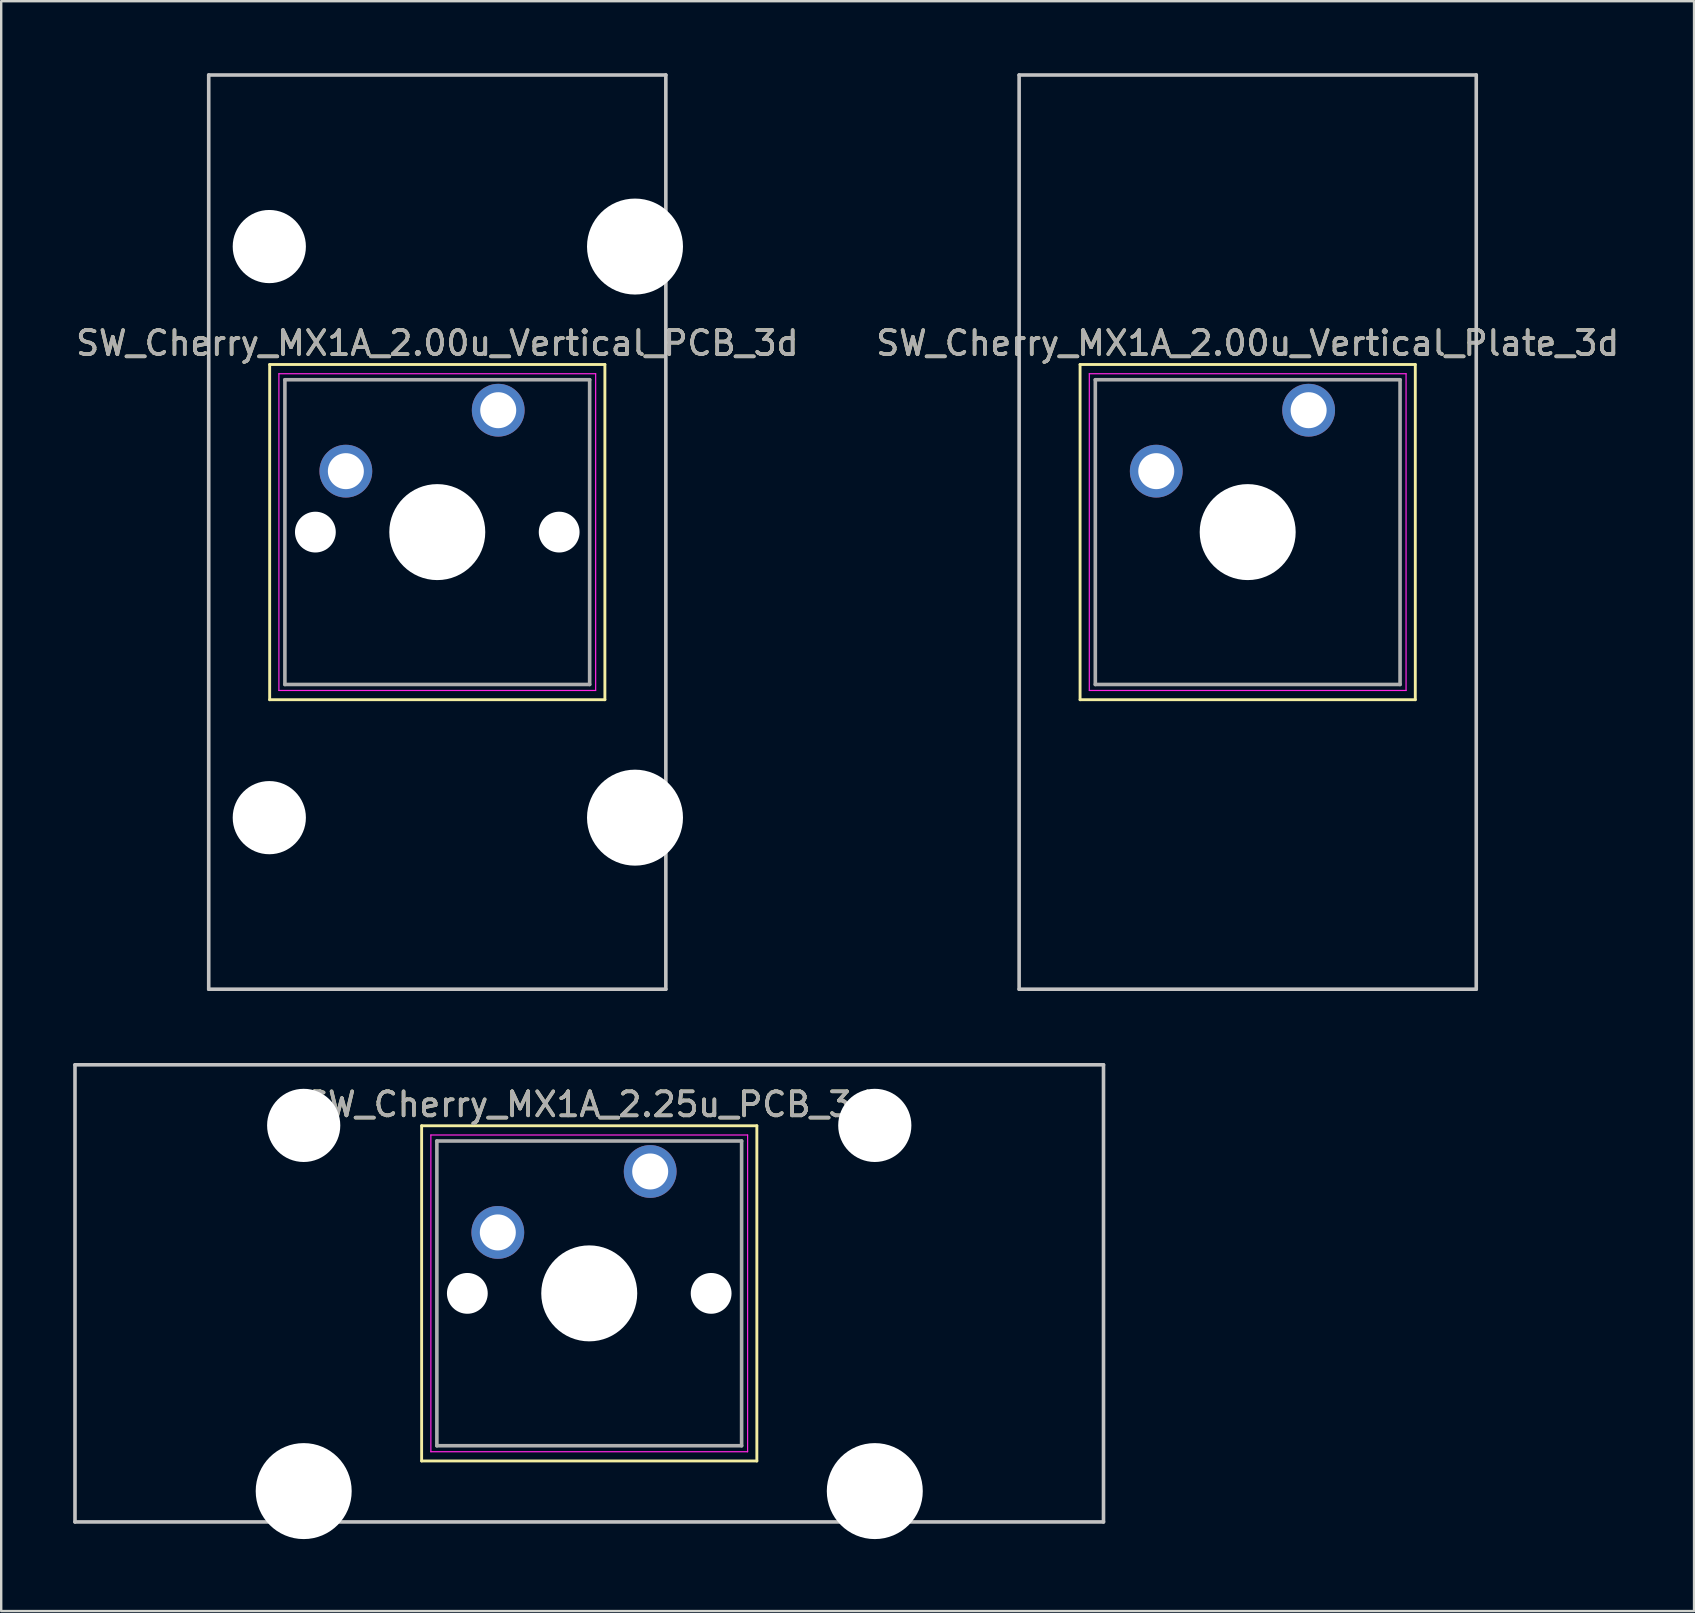
<source format=kicad_pcb>
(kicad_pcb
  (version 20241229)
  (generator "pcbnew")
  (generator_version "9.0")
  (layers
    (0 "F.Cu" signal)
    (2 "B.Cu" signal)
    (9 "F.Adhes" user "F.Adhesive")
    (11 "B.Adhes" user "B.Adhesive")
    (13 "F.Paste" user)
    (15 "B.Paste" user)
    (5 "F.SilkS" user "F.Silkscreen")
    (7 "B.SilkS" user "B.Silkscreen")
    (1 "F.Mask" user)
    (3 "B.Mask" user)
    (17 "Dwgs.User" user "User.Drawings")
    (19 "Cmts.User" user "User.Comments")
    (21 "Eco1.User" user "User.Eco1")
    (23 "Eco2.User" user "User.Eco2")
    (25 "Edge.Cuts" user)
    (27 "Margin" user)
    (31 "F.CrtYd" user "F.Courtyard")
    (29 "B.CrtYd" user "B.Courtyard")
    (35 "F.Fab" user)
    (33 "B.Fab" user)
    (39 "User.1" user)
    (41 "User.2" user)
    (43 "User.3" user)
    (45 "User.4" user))
  (footprint "SW_Cherry_MX1A_2.00u_Vertical_PCB_3d"
    (layer "F.Cu")
    (at 17.713 14.045)
    (property "Reference" "SW_Cherry_MX1A_2.00u_Vertical_PCB_3d" (at -2.54 -2.794 0) (layer "F.SilkS") (effects (font (size 1 1) (thickness 0.15))))
    (attr through_hole)
    (fp_line (start -9.525 -1.905) (end 4.445 -1.905) (stroke (width 0.12) (type solid)) (layer "F.SilkS"))
    (fp_line (start -9.525 12.065) (end -9.525 -1.905) (stroke (width 0.12) (type solid)) (layer "F.SilkS"))
    (fp_line (start 4.445 -1.905) (end 4.445 12.065) (stroke (width 0.12) (type solid)) (layer "F.SilkS"))
    (fp_line (start 4.445 12.065) (end -9.525 12.065) (stroke (width 0.12) (type solid)) (layer "F.SilkS"))
    (fp_line (start -12.065 -13.97) (end 6.985 -13.97) (stroke (width 0.15) (type solid)) (layer "Dwgs.User"))
    (fp_line (start -12.065 24.13) (end -12.065 -13.97) (stroke (width 0.15) (type solid)) (layer "Dwgs.User"))
    (fp_line (start 6.985 -13.97) (end 6.985 24.13) (stroke (width 0.15) (type solid)) (layer "Dwgs.User"))
    (fp_line (start 6.985 24.13) (end -12.065 24.13) (stroke (width 0.15) (type solid)) (layer "Dwgs.User"))
    (fp_line (start -9.14 -1.52) (end 4.06 -1.52) (stroke (width 0.05) (type solid)) (layer "F.CrtYd"))
    (fp_line (start -9.14 11.68) (end -9.14 -1.52) (stroke (width 0.05) (type solid)) (layer "F.CrtYd"))
    (fp_line (start 4.06 -1.52) (end 4.06 11.68) (stroke (width 0.05) (type solid)) (layer "F.CrtYd"))
    (fp_line (start 4.06 11.68) (end -9.14 11.68) (stroke (width 0.05) (type solid)) (layer "F.CrtYd"))
    (fp_line (start -8.89 -1.27) (end 3.81 -1.27) (stroke (width 0.15) (type solid)) (layer "F.Fab"))
    (fp_line (start -8.89 11.43) (end -8.89 -1.27) (stroke (width 0.15) (type solid)) (layer "F.Fab"))
    (fp_line (start 3.81 -1.27) (end 3.81 11.43) (stroke (width 0.15) (type solid)) (layer "F.Fab"))
    (fp_line (start 3.81 11.43) (end -8.89 11.43) (stroke (width 0.15) (type solid)) (layer "F.Fab"))
    (fp_text user "${REFERENCE}" (at -2.54 -2.794 0) (layer "F.Fab") (effects (font (size 1 1) (thickness 0.15))))
    (pad "" np_thru_hole circle (at -9.54 -6.82) (size 3.05 3.05) (drill 3.05) (layers "*.Cu" "*.Mask"))
    (pad "" np_thru_hole circle (at -9.54 16.98) (size 3.05 3.05) (drill 3.05) (layers "*.Cu" "*.Mask"))
    (pad "" np_thru_hole circle (at -7.62 5.08) (size 1.7 1.7) (drill 1.7) (layers "*.Cu" "*.Mask"))
    (pad "" np_thru_hole circle (at -2.54 5.08) (size 4 4) (drill 4) (layers "*.Cu" "*.Mask"))
    (pad "" np_thru_hole circle (at 2.54 5.08) (size 1.7 1.7) (drill 1.7) (layers "*.Cu" "*.Mask"))
    (pad "" np_thru_hole circle (at 5.7 -6.82) (size 4 4) (drill 4) (layers "*.Cu" "*.Mask"))
    (pad "" np_thru_hole circle (at 5.7 16.98) (size 4 4) (drill 4) (layers "*.Cu" "*.Mask"))
    (pad "1" thru_hole circle (at 0 0) (size 2.2 2.2) (drill 1.5) (layers "*.Cu" "*.Mask"))
    (pad "2" thru_hole circle (at -6.35 2.54) (size 2.2 2.2) (drill 1.5) (layers "*.Cu" "*.Mask")))
  (footprint "SW_Cherry_MX1A_2.25u_PCB_3d"
    (layer "F.Cu")
    (at 24.046 45.77)
    (property "Reference" "SW_Cherry_MX1A_2.25u_PCB_3d" (at -2.54 -2.794 0) (layer "F.SilkS") (effects (font (size 1 1) (thickness 0.15))))
    (attr through_hole)
    (fp_line (start -9.525 -1.905) (end 4.445 -1.905) (stroke (width 0.12) (type solid)) (layer "F.SilkS"))
    (fp_line (start -9.525 12.065) (end -9.525 -1.905) (stroke (width 0.12) (type solid)) (layer "F.SilkS"))
    (fp_line (start 4.445 -1.905) (end 4.445 12.065) (stroke (width 0.12) (type solid)) (layer "F.SilkS"))
    (fp_line (start 4.445 12.065) (end -9.525 12.065) (stroke (width 0.12) (type solid)) (layer "F.SilkS"))
    (fp_line (start -23.971 -4.445) (end 18.891 -4.445) (stroke (width 0.15) (type solid)) (layer "Dwgs.User"))
    (fp_line (start -23.971 14.605) (end -23.971 -4.445) (stroke (width 0.15) (type solid)) (layer "Dwgs.User"))
    (fp_line (start 18.891 -4.445) (end 18.891 14.605) (stroke (width 0.15) (type solid)) (layer "Dwgs.User"))
    (fp_line (start 18.891 14.605) (end -23.971 14.605) (stroke (width 0.15) (type solid)) (layer "Dwgs.User"))
    (fp_line (start -9.14 -1.52) (end 4.06 -1.52) (stroke (width 0.05) (type solid)) (layer "F.CrtYd"))
    (fp_line (start -9.14 11.68) (end -9.14 -1.52) (stroke (width 0.05) (type solid)) (layer "F.CrtYd"))
    (fp_line (start 4.06 -1.52) (end 4.06 11.68) (stroke (width 0.05) (type solid)) (layer "F.CrtYd"))
    (fp_line (start 4.06 11.68) (end -9.14 11.68) (stroke (width 0.05) (type solid)) (layer "F.CrtYd"))
    (fp_line (start -8.89 -1.27) (end 3.81 -1.27) (stroke (width 0.15) (type solid)) (layer "F.Fab"))
    (fp_line (start -8.89 11.43) (end -8.89 -1.27) (stroke (width 0.15) (type solid)) (layer "F.Fab"))
    (fp_line (start 3.81 -1.27) (end 3.81 11.43) (stroke (width 0.15) (type solid)) (layer "F.Fab"))
    (fp_line (start 3.81 11.43) (end -8.89 11.43) (stroke (width 0.15) (type solid)) (layer "F.Fab"))
    (fp_text user "${REFERENCE}" (at -2.54 -2.794 0) (layer "F.Fab") (effects (font (size 1 1) (thickness 0.15))))
    (pad "" np_thru_hole circle (at -14.44 -1.92) (size 3.05 3.05) (drill 3.05) (layers "*.Cu" "*.Mask"))
    (pad "" np_thru_hole circle (at -14.44 13.32) (size 4 4) (drill 4) (layers "*.Cu" "*.Mask"))
    (pad "" np_thru_hole circle (at -7.62 5.08) (size 1.7 1.7) (drill 1.7) (layers "*.Cu" "*.Mask"))
    (pad "" np_thru_hole circle (at -2.54 5.08) (size 4 4) (drill 4) (layers "*.Cu" "*.Mask"))
    (pad "" np_thru_hole circle (at 2.54 5.08) (size 1.7 1.7) (drill 1.7) (layers "*.Cu" "*.Mask"))
    (pad "" np_thru_hole circle (at 9.36 -1.92) (size 3.05 3.05) (drill 3.05) (layers "*.Cu" "*.Mask"))
    (pad "" np_thru_hole circle (at 9.36 13.32) (size 4 4) (drill 4) (layers "*.Cu" "*.Mask"))
    (pad "1" thru_hole circle (at 0 0) (size 2.2 2.2) (drill 1.5) (layers "*.Cu" "*.Mask"))
    (pad "2" thru_hole circle (at -6.35 2.54) (size 2.2 2.2) (drill 1.5) (layers "*.Cu" "*.Mask")))
  (footprint "SW_Cherry_MX1A_2.00u_Vertical_Plate_3d"
    (layer "F.Cu")
    (at 51.486 14.045)
    (property "Reference" "SW_Cherry_MX1A_2.00u_Vertical_Plate_3d" (at -2.54 -2.794 0) (layer "F.SilkS") (effects (font (size 1 1) (thickness 0.15))))
    (attr through_hole)
    (fp_line (start -9.525 -1.905) (end 4.445 -1.905) (stroke (width 0.12) (type solid)) (layer "F.SilkS"))
    (fp_line (start -9.525 12.065) (end -9.525 -1.905) (stroke (width 0.12) (type solid)) (layer "F.SilkS"))
    (fp_line (start 4.445 -1.905) (end 4.445 12.065) (stroke (width 0.12) (type solid)) (layer "F.SilkS"))
    (fp_line (start 4.445 12.065) (end -9.525 12.065) (stroke (width 0.12) (type solid)) (layer "F.SilkS"))
    (fp_line (start -12.065 -13.97) (end 6.985 -13.97) (stroke (width 0.15) (type solid)) (layer "Dwgs.User"))
    (fp_line (start -12.065 24.13) (end -12.065 -13.97) (stroke (width 0.15) (type solid)) (layer "Dwgs.User"))
    (fp_line (start 6.985 -13.97) (end 6.985 24.13) (stroke (width 0.15) (type solid)) (layer "Dwgs.User"))
    (fp_line (start 6.985 24.13) (end -12.065 24.13) (stroke (width 0.15) (type solid)) (layer "Dwgs.User"))
    (fp_line (start -9.14 -1.52) (end 4.06 -1.52) (stroke (width 0.05) (type solid)) (layer "F.CrtYd"))
    (fp_line (start -9.14 11.68) (end -9.14 -1.52) (stroke (width 0.05) (type solid)) (layer "F.CrtYd"))
    (fp_line (start 4.06 -1.52) (end 4.06 11.68) (stroke (width 0.05) (type solid)) (layer "F.CrtYd"))
    (fp_line (start 4.06 11.68) (end -9.14 11.68) (stroke (width 0.05) (type solid)) (layer "F.CrtYd"))
    (fp_line (start -8.89 -1.27) (end 3.81 -1.27) (stroke (width 0.15) (type solid)) (layer "F.Fab"))
    (fp_line (start -8.89 11.43) (end -8.89 -1.27) (stroke (width 0.15) (type solid)) (layer "F.Fab"))
    (fp_line (start 3.81 -1.27) (end 3.81 11.43) (stroke (width 0.15) (type solid)) (layer "F.Fab"))
    (fp_line (start 3.81 11.43) (end -8.89 11.43) (stroke (width 0.15) (type solid)) (layer "F.Fab"))
    (fp_text user "${REFERENCE}" (at -2.54 -2.794 0) (layer "F.Fab") (effects (font (size 1 1) (thickness 0.15))))
    (pad "" np_thru_hole circle (at -2.54 5.08) (size 4 4) (drill 4) (layers "*.Cu" "*.Mask"))
    (pad "1" thru_hole circle (at 0 0) (size 2.2 2.2) (drill 1.5) (layers "*.Cu" "*.Mask"))
    (pad "2" thru_hole circle (at -6.35 2.54) (size 2.2 2.2) (drill 1.5) (layers "*.Cu" "*.Mask")))
  (gr_rect
    (start -3 -3)
    (end 67.548 64.09)
    (stroke (width 0.1) (type default))
    (fill no)
    (layer "Edge.Cuts")))
</source>
